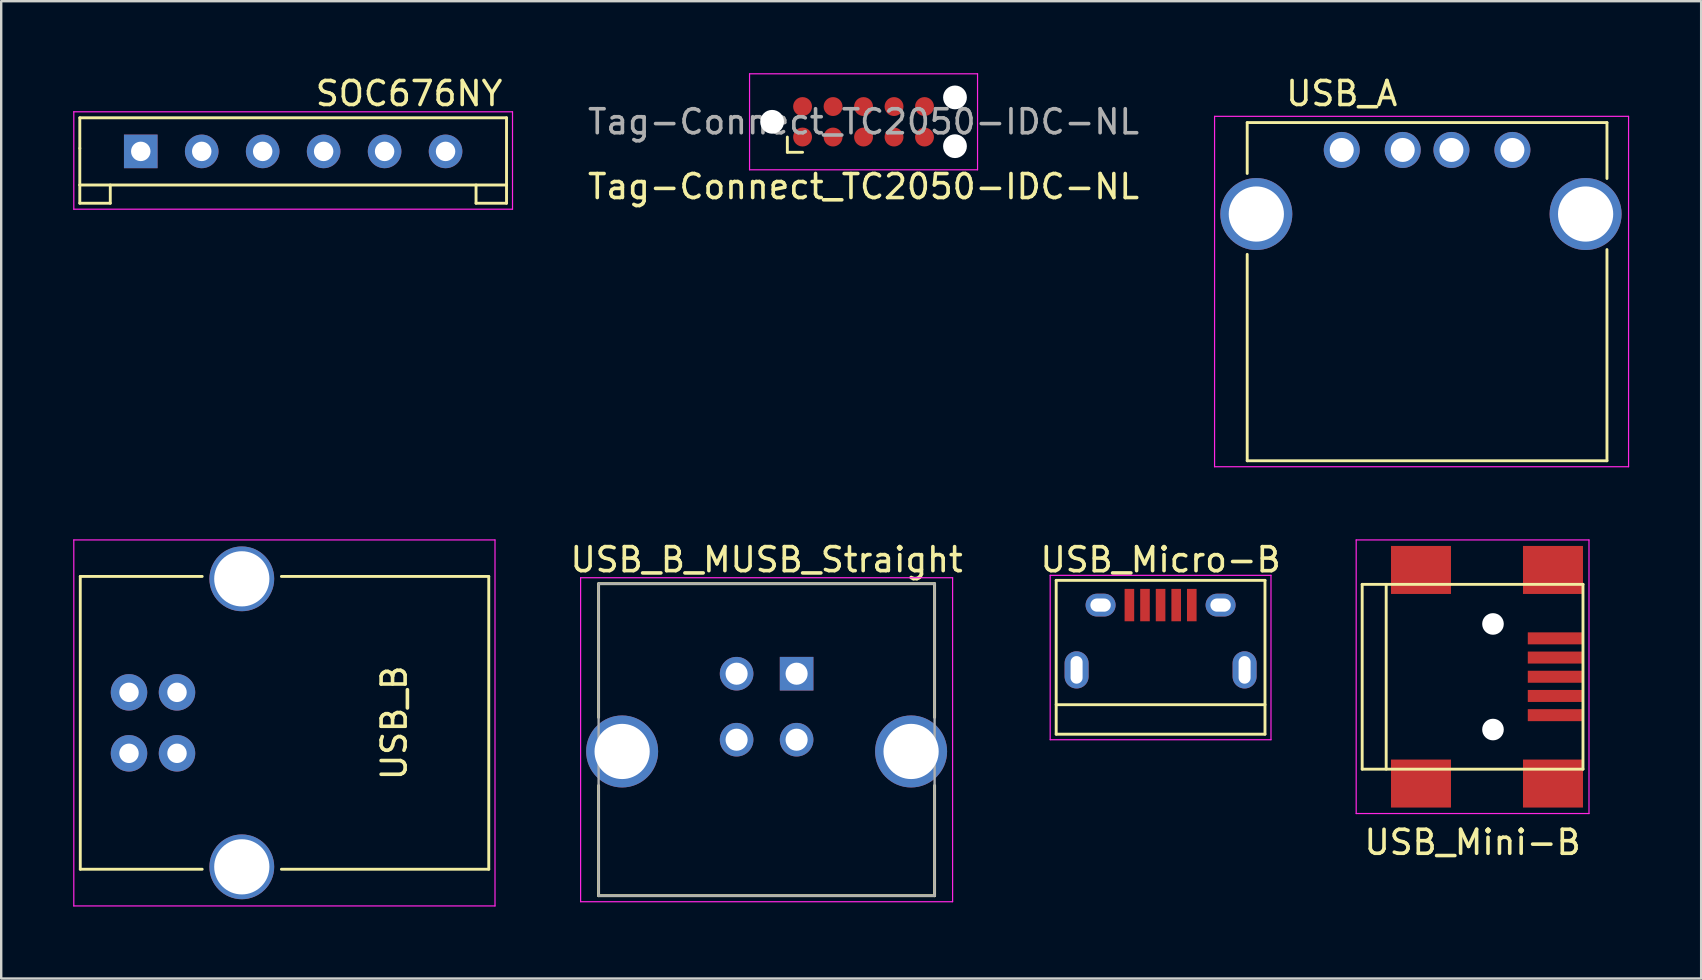
<source format=kicad_pcb>
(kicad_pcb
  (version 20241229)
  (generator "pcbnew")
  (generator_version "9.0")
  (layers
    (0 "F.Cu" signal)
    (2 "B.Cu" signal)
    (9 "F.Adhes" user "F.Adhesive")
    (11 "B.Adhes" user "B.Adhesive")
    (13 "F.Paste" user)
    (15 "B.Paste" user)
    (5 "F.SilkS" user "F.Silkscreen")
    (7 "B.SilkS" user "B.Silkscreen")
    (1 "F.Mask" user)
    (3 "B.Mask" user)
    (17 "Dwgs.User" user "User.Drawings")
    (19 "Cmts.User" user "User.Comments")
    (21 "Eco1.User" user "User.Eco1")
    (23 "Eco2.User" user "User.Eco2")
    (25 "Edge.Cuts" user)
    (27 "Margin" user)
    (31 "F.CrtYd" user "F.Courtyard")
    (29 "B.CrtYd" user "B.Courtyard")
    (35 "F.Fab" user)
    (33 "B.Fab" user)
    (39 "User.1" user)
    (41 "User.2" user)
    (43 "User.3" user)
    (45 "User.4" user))
  (footprint "USB_Micro-B"
    (layer "F.Cu")
    (at 45.308 23.512)
    (property "Reference" "USB_Micro-B" (at 0 -3.24 0) (layer "F.SilkS") (effects (font (size 1 1) (thickness 0.15))))
    (attr smd)
    (fp_line (start -4.35 -2.38) (end 4.35 -2.38) (stroke (width 0.12) (type solid)) (layer "F.SilkS"))
    (fp_line (start -4.35 4.03) (end -4.35 -2.38) (stroke (width 0.12) (type solid)) (layer "F.SilkS"))
    (fp_line (start -4.35 4.03) (end 4.35 4.03) (stroke (width 0.12) (type solid)) (layer "F.SilkS"))
    (fp_line (start 4.35 -2.38) (end 4.35 4.03) (stroke (width 0.12) (type solid)) (layer "F.SilkS"))
    (fp_line (start 4.35 2.8) (end -4.35 2.8) (stroke (width 0.12) (type solid)) (layer "F.SilkS"))
    (fp_line (start -4.6 -2.59) (end 4.6 -2.59) (stroke (width 0.05) (type solid)) (layer "F.CrtYd"))
    (fp_line (start -4.6 4.26) (end -4.6 -2.59) (stroke (width 0.05) (type solid)) (layer "F.CrtYd"))
    (fp_line (start 4.6 -2.59) (end 4.6 4.26) (stroke (width 0.05) (type solid)) (layer "F.CrtYd"))
    (fp_line (start 4.6 4.26) (end -4.6 4.26) (stroke (width 0.05) (type solid)) (layer "F.CrtYd"))
    (pad "1" smd rect (at -1.3 -1.35 90) (size 1.35 0.4) (layers "F.Cu" "F.Mask" "F.Paste"))
    (pad "2" smd rect (at -0.65 -1.35 90) (size 1.35 0.4) (layers "F.Cu" "F.Mask" "F.Paste"))
    (pad "3" smd rect (at 0 -1.35 90) (size 1.35 0.4) (layers "F.Cu" "F.Mask" "F.Paste"))
    (pad "4" smd rect (at 0.65 -1.35 90) (size 1.35 0.4) (layers "F.Cu" "F.Mask" "F.Paste"))
    (pad "5" smd rect (at 1.3 -1.35 90) (size 1.35 0.4) (layers "F.Cu" "F.Mask" "F.Paste"))
    (pad "6" thru_hole oval (at -3.5 1.35 90) (size 1.55 1) (drill oval 1.15 0.5) (layers "*.Cu" "*.Mask"))
    (pad "6" thru_hole oval (at -2.5 -1.35 90) (size 0.95 1.25) (drill oval 0.55 0.85) (layers "*.Cu" "*.Mask"))
    (pad "6" thru_hole oval (at 2.5 -1.35 90) (size 0.95 1.25) (drill oval 0.55 0.85) (layers "*.Cu" "*.Mask"))
    (pad "6" thru_hole oval (at 3.5 1.35 90) (size 1.55 1) (drill oval 1.15 0.5) (layers "*.Cu" "*.Mask")))
  (footprint "USB_B"
    (layer "F.Cu")
    (at 2.325 25.798)
    (property "Reference" "USB_B" (at 11.05 1.27 90) (layer "F.SilkS") (effects (font (size 1 1) (thickness 0.15))))
    (attr through_hole)
    (fp_line (start -2.03 -4.83) (end 3.05 -4.83) (stroke (width 0.12) (type solid)) (layer "F.SilkS"))
    (fp_line (start -2.03 7.37) (end -2.03 -4.83) (stroke (width 0.12) (type solid)) (layer "F.SilkS"))
    (fp_line (start -2.03 7.37) (end 3.05 7.37) (stroke (width 0.12) (type solid)) (layer "F.SilkS"))
    (fp_line (start 6.35 -4.83) (end 14.99 -4.83) (stroke (width 0.12) (type solid)) (layer "F.SilkS"))
    (fp_line (start 6.35 7.37) (end 14.99 7.37) (stroke (width 0.12) (type solid)) (layer "F.SilkS"))
    (fp_line (start 14.99 -4.83) (end 14.99 7.37) (stroke (width 0.12) (type solid)) (layer "F.SilkS"))
    (fp_line (start -2.3 -6.35) (end 15.25 -6.35) (stroke (width 0.05) (type solid)) (layer "F.CrtYd"))
    (fp_line (start -2.3 8.9) (end -2.3 -6.35) (stroke (width 0.05) (type solid)) (layer "F.CrtYd"))
    (fp_line (start 15.25 -6.35) (end 15.25 8.9) (stroke (width 0.05) (type solid)) (layer "F.CrtYd"))
    (fp_line (start 15.25 8.9) (end -2.3 8.9) (stroke (width 0.05) (type solid)) (layer "F.CrtYd"))
    (pad "1" thru_hole circle (at 0 0 270) (size 1.52 1.52) (drill 0.81) (layers "*.Cu" "*.Mask"))
    (pad "2" thru_hole circle (at 0 2.54 270) (size 1.52 1.52) (drill 0.81) (layers "*.Cu" "*.Mask"))
    (pad "3" thru_hole circle (at 2 2.54 270) (size 1.52 1.52) (drill 0.81) (layers "*.Cu" "*.Mask"))
    (pad "4" thru_hole circle (at 2 0 270) (size 1.52 1.52) (drill 0.81) (layers "*.Cu" "*.Mask"))
    (pad "5" thru_hole circle (at 4.7 -4.73 270) (size 2.7 2.7) (drill 2.3) (layers "*.Cu" "*.Mask"))
    (pad "5" thru_hole circle (at 4.7 7.27 270) (size 2.7 2.7) (drill 2.3) (layers "*.Cu" "*.Mask")))
  (footprint "USB_A"
    (layer "F.Cu")
    (at 52.857 3.198)
    (property "Reference" "USB_A" (at 0 -2.35 0) (layer "F.SilkS") (effects (font (size 1 1) (thickness 0.15))))
    (attr through_hole)
    (fp_line (start -3.94 -1.14) (end -3.94 0.98) (stroke (width 0.12) (type solid)) (layer "F.SilkS"))
    (fp_line (start -3.94 4.35) (end -3.94 12.95) (stroke (width 0.12) (type solid)) (layer "F.SilkS"))
    (fp_line (start 11.05 -1.14) (end -3.94 -1.14) (stroke (width 0.12) (type solid)) (layer "F.SilkS"))
    (fp_line (start 11.05 -1.14) (end 11.05 1.19) (stroke (width 0.12) (type solid)) (layer "F.SilkS"))
    (fp_line (start 11.05 4.15) (end 11.05 12.95) (stroke (width 0.12) (type solid)) (layer "F.SilkS"))
    (fp_line (start 11.05 12.95) (end -3.94 12.95) (stroke (width 0.12) (type solid)) (layer "F.SilkS"))
    (fp_line (start -5.3 -1.4) (end 11.95 -1.4) (stroke (width 0.05) (type solid)) (layer "F.CrtYd"))
    (fp_line (start -5.3 13.2) (end -5.3 -1.4) (stroke (width 0.05) (type solid)) (layer "F.CrtYd"))
    (fp_line (start -5.3 13.2) (end 11.95 13.2) (stroke (width 0.05) (type solid)) (layer "F.CrtYd"))
    (fp_line (start 11.95 -1.4) (end 11.95 13.2) (stroke (width 0.05) (type solid)) (layer "F.CrtYd"))
    (pad "1" thru_hole circle (at 0 0 270) (size 1.5 1.5) (drill 1) (layers "*.Cu" "*.Mask"))
    (pad "2" thru_hole circle (at 2.54 0 270) (size 1.5 1.5) (drill 1) (layers "*.Cu" "*.Mask"))
    (pad "3" thru_hole circle (at 4.57 0 270) (size 1.5 1.5) (drill 1) (layers "*.Cu" "*.Mask"))
    (pad "4" thru_hole circle (at 7.11 0 270) (size 1.5 1.5) (drill 1) (layers "*.Cu" "*.Mask"))
    (pad "5" thru_hole circle (at -3.56 2.67 270) (size 3 3) (drill 2.3) (layers "*.Cu" "*.Mask"))
    (pad "5" thru_hole circle (at 10.16 2.67 270) (size 3 3) (drill 2.3) (layers "*.Cu" "*.Mask")))
  (footprint "USB_Mini-B"
    (layer "F.Cu")
    (at 58.958 25.148)
    (property "Reference" "USB_Mini-B" (at -0.65 6.9 0) (layer "F.SilkS") (effects (font (size 1 1) (thickness 0.15))))
    (attr smd)
    (fp_line (start -5.25 -3.85) (end -5.25 3.85) (stroke (width 0.12) (type solid)) (layer "F.SilkS"))
    (fp_line (start -5.25 3.85) (end 3.95 3.85) (stroke (width 0.12) (type solid)) (layer "F.SilkS"))
    (fp_line (start -4.25 -3.85) (end -4.25 3.85) (stroke (width 0.12) (type solid)) (layer "F.SilkS"))
    (fp_line (start 3.95 -3.85) (end -5.25 -3.85) (stroke (width 0.12) (type solid)) (layer "F.SilkS"))
    (fp_line (start 3.95 3.85) (end 3.95 -3.85) (stroke (width 0.12) (type solid)) (layer "F.SilkS"))
    (fp_line (start -5.5 -5.7) (end 4.2 -5.7) (stroke (width 0.05) (type solid)) (layer "F.CrtYd"))
    (fp_line (start -5.5 5.7) (end -5.5 -5.7) (stroke (width 0.05) (type solid)) (layer "F.CrtYd"))
    (fp_line (start 4.2 -5.7) (end 4.2 5.7) (stroke (width 0.05) (type solid)) (layer "F.CrtYd"))
    (fp_line (start 4.2 5.7) (end -5.5 5.7) (stroke (width 0.05) (type solid)) (layer "F.CrtYd"))
    (pad "" np_thru_hole circle (at 0.2 -2.2) (size 0.9 0.9) (drill 0.9) (layers "*.Cu" "*.Mask"))
    (pad "" np_thru_hole circle (at 0.2 2.2) (size 0.9 0.9) (drill 0.9) (layers "*.Cu" "*.Mask"))
    (pad "1" smd rect (at 2.8 -1.6) (size 2.3 0.5) (layers "F.Cu" "F.Mask" "F.Paste"))
    (pad "2" smd rect (at 2.8 -0.8) (size 2.3 0.5) (layers "F.Cu" "F.Mask" "F.Paste"))
    (pad "3" smd rect (at 2.8 0) (size 2.3 0.5) (layers "F.Cu" "F.Mask" "F.Paste"))
    (pad "4" smd rect (at 2.8 0.8) (size 2.3 0.5) (layers "F.Cu" "F.Mask" "F.Paste"))
    (pad "5" smd rect (at 2.8 1.6) (size 2.3 0.5) (layers "F.Cu" "F.Mask" "F.Paste"))
    (pad "6" smd rect (at -2.8 -4.45) (size 2.5 2) (layers "F.Cu" "F.Mask" "F.Paste"))
    (pad "6" smd rect (at -2.8 4.45) (size 2.5 2) (layers "F.Cu" "F.Mask" "F.Paste"))
    (pad "6" smd rect (at 2.7 -4.45) (size 2.5 2) (layers "F.Cu" "F.Mask" "F.Paste"))
    (pad "6" smd rect (at 2.7 4.45) (size 2.5 2) (layers "F.Cu" "F.Mask" "F.Paste")))
  (footprint "Tag-Connect_TC2050-IDC-NL"
    (layer "F.Cu")
    (at 32.931 2.025)
    (property "Reference" "Tag-Connect_TC2050-IDC-NL" (at 0 2.7 0) (layer "F.SilkS") (effects (font (size 1 1) (thickness 0.15))))
    (attr exclude_from_pos_files exclude_from_bom)
    (fp_line (start -3.175 1.27) (end -3.175 0.635) (stroke (width 0.12) (type solid)) (layer "F.SilkS"))
    (fp_line (start -2.54 1.27) (end -3.175 1.27) (stroke (width 0.12) (type solid)) (layer "F.SilkS"))
    (fp_line (start -4.75 -2) (end 4.75 -2) (stroke (width 0.05) (type solid)) (layer "F.CrtYd"))
    (fp_line (start -4.75 2) (end -4.75 -2) (stroke (width 0.05) (type solid)) (layer "F.CrtYd"))
    (fp_line (start 4.75 -2) (end 4.75 2) (stroke (width 0.05) (type solid)) (layer "F.CrtYd"))
    (fp_line (start 4.75 2) (end -4.75 2) (stroke (width 0.05) (type solid)) (layer "F.CrtYd"))
    (fp_text user "${REFERENCE}" (at 0 0 0) (layer "F.Fab") (effects (font (size 1 1) (thickness 0.15))))
    (pad "" np_thru_hole circle (at -3.81 0) (size 0.991 0.991) (drill 0.991) (layers "*.Cu" "*.Mask"))
    (pad "" np_thru_hole circle (at 3.81 -1.016) (size 0.991 0.991) (drill 0.991) (layers "*.Cu" "*.Mask"))
    (pad "" np_thru_hole circle (at 3.81 1.016) (size 0.991 0.991) (drill 0.991) (layers "*.Cu" "*.Mask"))
    (pad "1" connect circle (at -2.54 0.635) (size 0.787 0.787) (layers "F.Cu" "F.Mask"))
    (pad "2" connect circle (at -1.27 0.635) (size 0.787 0.787) (layers "F.Cu" "F.Mask"))
    (pad "3" connect circle (at 0 0.635) (size 0.787 0.787) (layers "F.Cu" "F.Mask"))
    (pad "4" connect circle (at 1.27 0.635) (size 0.787 0.787) (layers "F.Cu" "F.Mask"))
    (pad "5" connect circle (at 2.54 0.635) (size 0.787 0.787) (layers "F.Cu" "F.Mask"))
    (pad "6" connect circle (at 2.54 -0.635) (size 0.787 0.787) (layers "F.Cu" "F.Mask"))
    (pad "7" connect circle (at 1.27 -0.635) (size 0.787 0.787) (layers "F.Cu" "F.Mask"))
    (pad "8" connect circle (at 0 -0.635) (size 0.787 0.787) (layers "F.Cu" "F.Mask"))
    (pad "9" connect circle (at -1.27 -0.635) (size 0.787 0.787) (layers "F.Cu" "F.Mask"))
    (pad "10" connect circle (at -2.54 -0.635) (size 0.787 0.787) (layers "F.Cu" "F.Mask")))
  (footprint "USB_B_MUSB_Straight"
    (layer "F.Cu")
    (at 30.142 25.021)
    (property "Reference" "USB_B_MUSB_Straight" (at -1.25 -4.75 0) (layer "F.SilkS") (effects (font (size 1 1) (thickness 0.15))))
    (attr through_hole)
    (fp_line (start -8.25 -3.75) (end -8.25 1.82) (stroke (width 0.12) (type solid)) (layer "F.SilkS"))
    (fp_line (start -8.25 -3.75) (end 5.75 -3.75) (stroke (width 0.12) (type solid)) (layer "F.SilkS"))
    (fp_line (start -8.25 4.66) (end -8.25 9.25) (stroke (width 0.12) (type solid)) (layer "F.SilkS"))
    (fp_line (start 5.75 -3.75) (end 5.75 1.82) (stroke (width 0.12) (type solid)) (layer "F.SilkS"))
    (fp_line (start 5.75 4.66) (end 5.75 9.25) (stroke (width 0.12) (type solid)) (layer "F.SilkS"))
    (fp_line (start 5.75 9.25) (end -8.25 9.25) (stroke (width 0.12) (type solid)) (layer "F.SilkS"))
    (fp_line (start -9 -4) (end 6.5 -4) (stroke (width 0.05) (type solid)) (layer "F.CrtYd"))
    (fp_line (start -9 9.5) (end -9 -4) (stroke (width 0.05) (type solid)) (layer "F.CrtYd"))
    (fp_line (start 6.5 -4) (end 6.5 9.5) (stroke (width 0.05) (type solid)) (layer "F.CrtYd"))
    (fp_line (start 6.5 9.5) (end -9 9.5) (stroke (width 0.05) (type solid)) (layer "F.CrtYd"))
    (fp_line (start -8.25 -3.75) (end 5.75 -3.75) (stroke (width 0.1) (type solid)) (layer "F.Fab"))
    (fp_line (start -8.25 9.25) (end -8.25 -3.75) (stroke (width 0.1) (type solid)) (layer "F.Fab"))
    (fp_line (start 5.75 -3.75) (end 5.75 9.25) (stroke (width 0.1) (type solid)) (layer "F.Fab"))
    (fp_line (start 5.75 9.25) (end -8.25 9.25) (stroke (width 0.1) (type solid)) (layer "F.Fab"))
    (pad "1" thru_hole rect (at 0 0) (size 1.4 1.4) (drill 0.92) (layers "*.Cu" "*.Mask"))
    (pad "2" thru_hole circle (at -2.5 0) (size 1.4 1.4) (drill 0.92) (layers "*.Cu" "*.Mask"))
    (pad "3" thru_hole circle (at -2.5 2.75) (size 1.4 1.4) (drill 0.92) (layers "*.Cu" "*.Mask"))
    (pad "4" thru_hole circle (at 0 2.75) (size 1.4 1.4) (drill 0.92) (layers "*.Cu" "*.Mask"))
    (pad "5" thru_hole circle (at -7.27 3.24) (size 3 3) (drill 2.3) (layers "*.Cu" "*.Mask"))
    (pad "5" thru_hole circle (at 4.77 3.24) (size 3 3) (drill 2.3) (layers "*.Cu" "*.Mask")))
  (footprint "SOC676NY"
    (layer "F.Cu")
    (at 2.815 3.258)
    (property "Reference" "SOC676NY" (at 11.18 -2.41 0) (layer "F.SilkS") (effects (font (size 1 1) (thickness 0.15))))
    (attr through_hole)
    (fp_line (start -2.54 -1.4) (end -2.54 -0.13) (stroke (width 0.12) (type solid)) (layer "F.SilkS"))
    (fp_line (start -2.54 -0.13) (end -2.54 1.4) (stroke (width 0.12) (type solid)) (layer "F.SilkS"))
    (fp_line (start -2.54 1.4) (end -2.54 2.16) (stroke (width 0.12) (type solid)) (layer "F.SilkS"))
    (fp_line (start -2.54 1.4) (end 15.24 1.4) (stroke (width 0.12) (type solid)) (layer "F.SilkS"))
    (fp_line (start -2.54 2.16) (end -1.27 2.16) (stroke (width 0.12) (type solid)) (layer "F.SilkS"))
    (fp_line (start -1.27 2.16) (end -1.27 1.4) (stroke (width 0.12) (type solid)) (layer "F.SilkS"))
    (fp_line (start 13.97 1.4) (end 13.97 2.16) (stroke (width 0.12) (type solid)) (layer "F.SilkS"))
    (fp_line (start 13.97 2.16) (end 15.24 2.16) (stroke (width 0.12) (type solid)) (layer "F.SilkS"))
    (fp_line (start 15.24 -1.4) (end -2.54 -1.4) (stroke (width 0.12) (type solid)) (layer "F.SilkS"))
    (fp_line (start 15.24 1.4) (end 15.24 -1.4) (stroke (width 0.12) (type solid)) (layer "F.SilkS"))
    (fp_line (start 15.24 2.16) (end 15.24 1.4) (stroke (width 0.12) (type solid)) (layer "F.SilkS"))
    (fp_line (start -2.79 -1.65) (end -2.79 2.41) (stroke (width 0.05) (type solid)) (layer "F.CrtYd"))
    (fp_line (start -2.79 -1.65) (end 15.49 -1.65) (stroke (width 0.05) (type solid)) (layer "F.CrtYd"))
    (fp_line (start 15.49 2.41) (end -2.79 2.41) (stroke (width 0.05) (type solid)) (layer "F.CrtYd"))
    (fp_line (start 15.49 2.41) (end 15.49 -1.65) (stroke (width 0.05) (type solid)) (layer "F.CrtYd"))
    (pad "1" thru_hole rect (at 0 0) (size 1.4 1.4) (drill 0.81) (layers "*.Cu" "*.Mask"))
    (pad "2" thru_hole circle (at 2.54 0) (size 1.4 1.4) (drill 0.81) (layers "*.Cu" "*.Mask"))
    (pad "3" thru_hole circle (at 5.08 0) (size 1.4 1.4) (drill 0.81) (layers "*.Cu" "*.Mask"))
    (pad "4" thru_hole circle (at 7.62 0) (size 1.4 1.4) (drill 0.81) (layers "*.Cu" "*.Mask"))
    (pad "5" thru_hole circle (at 10.16 0) (size 1.4 1.4) (drill 0.81) (layers "*.Cu" "*.Mask"))
    (pad "6" thru_hole circle (at 12.7 0) (size 1.4 1.4) (drill 0.81) (layers "*.Cu" "*.Mask")))
  (gr_rect
    (start -3 -3)
    (end 67.832 37.723)
    (stroke (width 0.1) (type default))
    (fill no)
    (layer "Edge.Cuts")))
</source>
